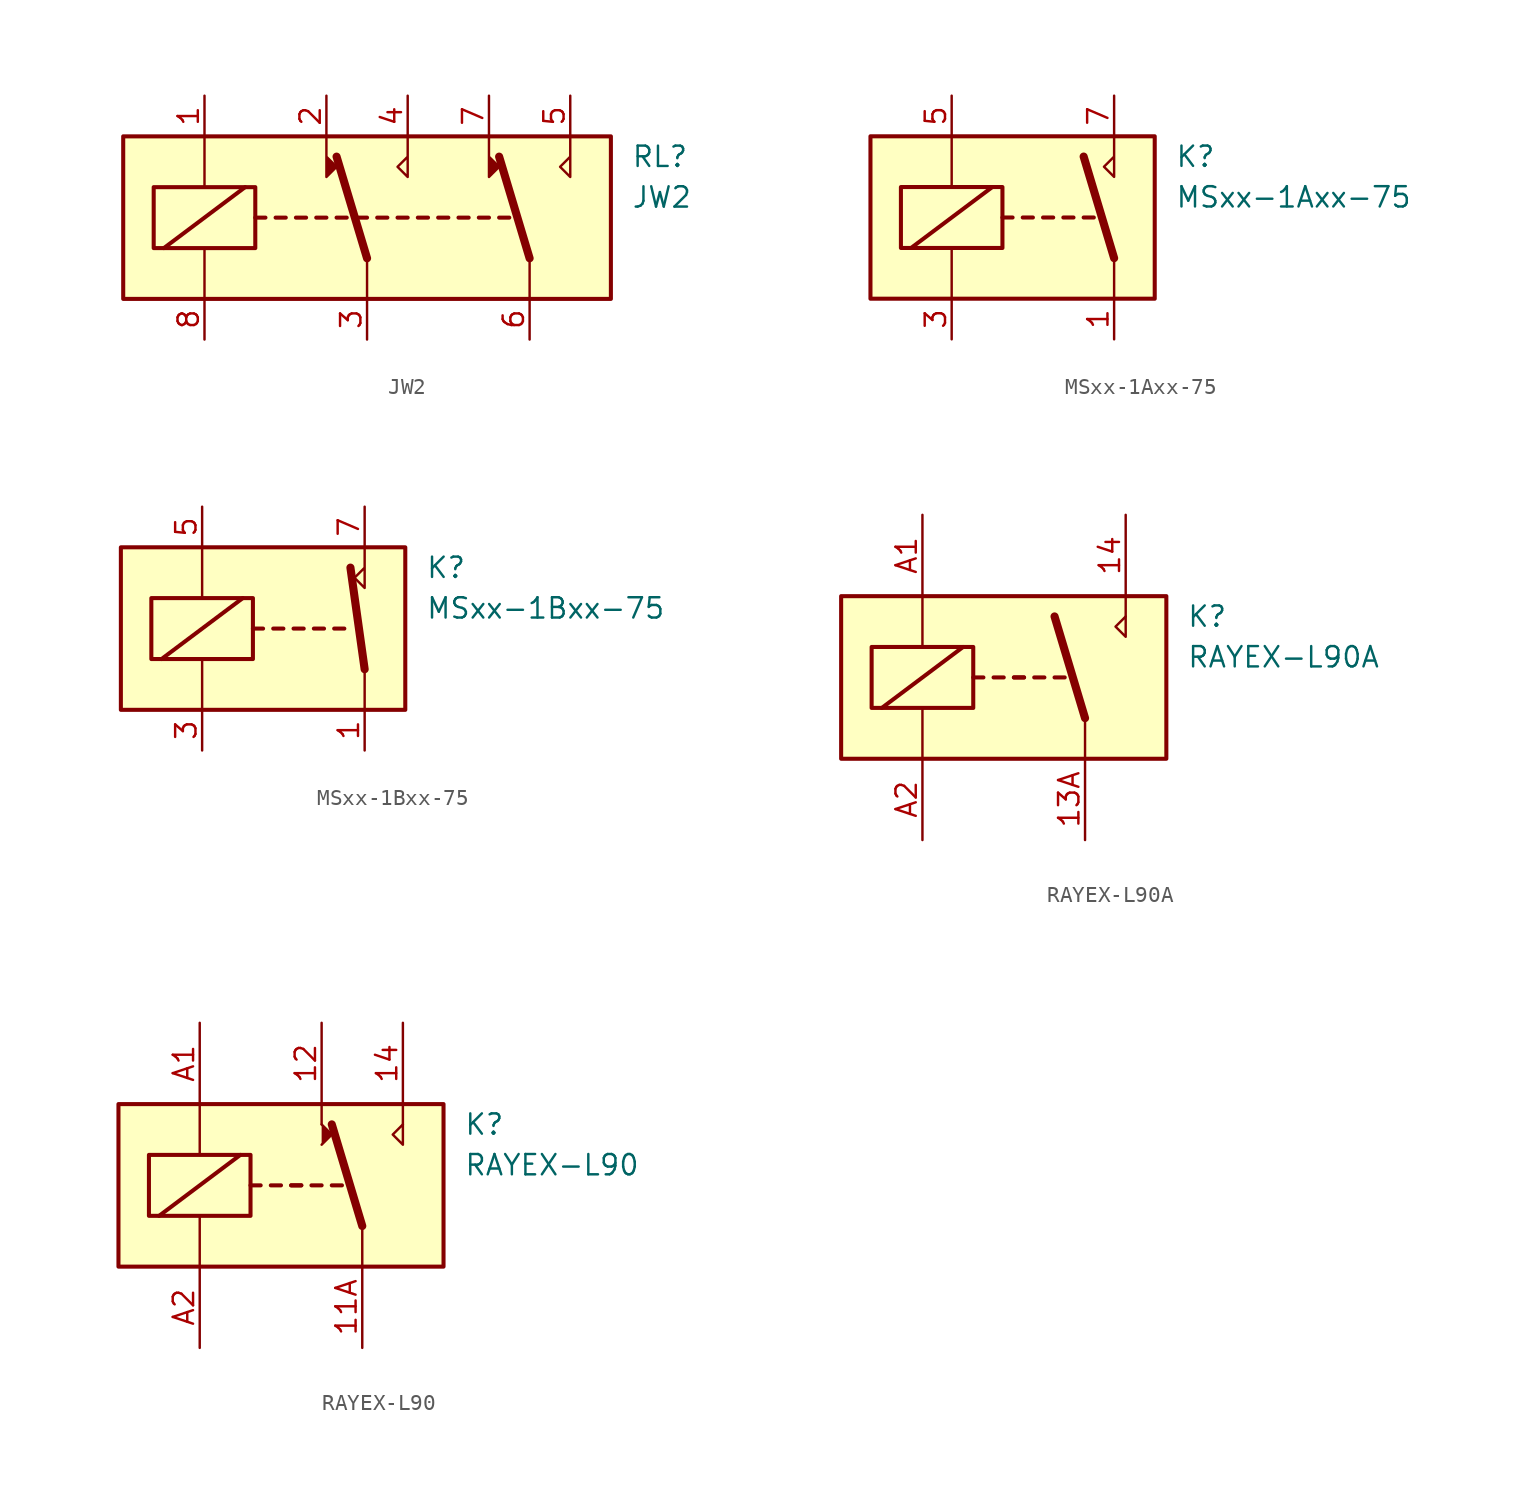
<source format=kicad_sym>
(kicad_symbol_lib
  (version 20241209)
  (generator "kicad_symbol_editor")
  (generator_version "9.0")
  (symbol "JW2"
    (property "Reference" "RL"
      (at 16.51 3.81 0)
      (effects (font (size 1.27 1.27)) (justify left)))
    (property "Value" "JW2"
      (at 16.51 1.27 0)
      (effects (font (size 1.27 1.27)) (justify left)))
    (symbol "JW2_0_1"
      (rectangle (start -15.24 5.08) (end 15.24 -5.08) (stroke (width 0.254) (type default)) (fill (type background)))
      (rectangle (start -13.335 1.905) (end -6.985 -1.905) (stroke (width 0.254) (type default)) (fill (type none)))
      (polyline (pts (xy -12.7 -1.905) (xy -7.62 1.905)) (stroke (width 0.254) (type default)) (fill (type none)))
      (polyline (pts (xy -10.16 5.08) (xy -10.16 1.905)) (stroke (width 0) (type default)) (fill (type none)))
      (polyline (pts (xy -10.16 -5.08) (xy -10.16 -1.905)) (stroke (width 0) (type default)) (fill (type none)))
      (polyline (pts (xy -6.985 0) (xy -6.35 0)) (stroke (width 0.254) (type default)) (fill (type none)))
      (polyline (pts (xy -5.715 0) (xy -5.08 0)) (stroke (width 0.254) (type default)) (fill (type none)))
      (polyline (pts (xy -4.445 0) (xy -3.81 0)) (stroke (width 0.254) (type default)) (fill (type none)))
      (polyline (pts (xy -3.175 0) (xy -2.54 0)) (stroke (width 0.254) (type default)) (fill (type none)))
      (polyline (pts (xy -2.54 5.08) (xy -2.54 2.54) (xy -1.905 3.175) (xy -2.54 3.81)) (stroke (width 0) (type default)) (fill (type outline)))
      (polyline (pts (xy -1.905 0) (xy -1.27 0)) (stroke (width 0.254) (type default)) (fill (type none)))
      (polyline (pts (xy -0.635 0) (xy 0 0)) (stroke (width 0.254) (type default)) (fill (type none)))
      (polyline (pts (xy 0 -2.54) (xy -1.905 3.81)) (stroke (width 0.508) (type default)) (fill (type none)))
      (polyline (pts (xy 0 -2.54) (xy 0 -5.08)) (stroke (width 0) (type default)) (fill (type none)))
      (polyline (pts (xy 0.635 0) (xy 1.27 0)) (stroke (width 0.254) (type default)) (fill (type none)))
      (polyline (pts (xy 1.905 0) (xy 2.54 0)) (stroke (width 0.254) (type default)) (fill (type none)))
      (polyline (pts (xy 2.54 5.08) (xy 2.54 2.54) (xy 1.905 3.175) (xy 2.54 3.81)) (stroke (width 0) (type default)) (fill (type none)))
      (polyline (pts (xy 3.175 0) (xy 3.81 0)) (stroke (width 0.254) (type default)) (fill (type none)))
      (polyline (pts (xy 4.445 0) (xy 5.08 0)) (stroke (width 0.254) (type default)) (fill (type none)))
      (polyline (pts (xy 5.715 0) (xy 6.35 0)) (stroke (width 0.254) (type default)) (fill (type none)))
      (polyline (pts (xy 6.985 0) (xy 7.62 0)) (stroke (width 0.254) (type default)) (fill (type none)))
      (polyline (pts (xy 7.62 5.08) (xy 7.62 2.54) (xy 8.255 3.175) (xy 7.62 3.81)) (stroke (width 0) (type default)) (fill (type outline)))
      (polyline (pts (xy 8.255 0) (xy 8.89 0)) (stroke (width 0.254) (type default)) (fill (type none)))
      (polyline (pts (xy 10.16 -2.54) (xy 8.255 3.81)) (stroke (width 0.508) (type default)) (fill (type none)))
      (polyline (pts (xy 10.16 -2.54) (xy 10.16 -5.08)) (stroke (width 0) (type default)) (fill (type none)))
      (polyline (pts (xy 12.7 5.08) (xy 12.7 2.54) (xy 12.065 3.175) (xy 12.7 3.81)) (stroke (width 0) (type default)) (fill (type none))))
    (symbol "JW2_1_1"
      (pin passive line (at -10.16 7.62 270) (length 2.54) (name "~" (effects (font (size 1.27 1.27)))) (number "1" (effects (font (size 1.27 1.27)))))
      (pin passive line (at -10.16 -7.62 90) (length 2.54) (name "~" (effects (font (size 1.27 1.27)))) (number "8" (effects (font (size 1.27 1.27)))))
      (pin passive line (at -2.54 7.62 270) (length 2.54) (name "~" (effects (font (size 1.27 1.27)))) (number "2" (effects (font (size 1.27 1.27)))))
      (pin passive line (at 0 -7.62 90) (length 2.54) (name "~" (effects (font (size 1.27 1.27)))) (number "3" (effects (font (size 1.27 1.27)))))
      (pin passive line (at 2.54 7.62 270) (length 2.54) (name "~" (effects (font (size 1.27 1.27)))) (number "4" (effects (font (size 1.27 1.27)))))
      (pin passive line (at 7.62 7.62 270) (length 2.54) (name "~" (effects (font (size 1.27 1.27)))) (number "7" (effects (font (size 1.27 1.27)))))
      (pin passive line (at 10.16 -7.62 90) (length 2.54) (name "~" (effects (font (size 1.27 1.27)))) (number "6" (effects (font (size 1.27 1.27)))))
      (pin passive line (at 12.7 7.62 270) (length 2.54) (name "~" (effects (font (size 1.27 1.27)))) (number "5" (effects (font (size 1.27 1.27)))))))
  (symbol "MSxx-1Axx-75"
    (property "Reference" "K"
      (at 8.89 3.81 0)
      (effects (font (size 1.27 1.27)) (justify left)))
    (property "Value" "MSxx-1Axx-75"
      (at 8.89 1.27 0)
      (effects (font (size 1.27 1.27)) (justify left)))
    (symbol "MSxx-1Axx-75_0_0"
      (polyline (pts (xy 5.08 5.08) (xy 5.08 2.54) (xy 4.445 3.175) (xy 5.08 3.81)) (stroke (width 0) (type default)) (fill (type none))))
    (symbol "MSxx-1Axx-75_0_1"
      (rectangle (start -10.16 5.08) (end 7.62 -5.08) (stroke (width 0.254) (type default)) (fill (type background)))
      (rectangle (start -8.255 1.905) (end -1.905 -1.905) (stroke (width 0.254) (type default)) (fill (type none)))
      (polyline (pts (xy -7.62 -1.905) (xy -2.54 1.905)) (stroke (width 0.254) (type default)) (fill (type none)))
      (polyline (pts (xy -5.08 5.08) (xy -5.08 1.905)) (stroke (width 0) (type default)) (fill (type none)))
      (polyline (pts (xy -5.08 -5.08) (xy -5.08 -1.905)) (stroke (width 0) (type default)) (fill (type none)))
      (polyline (pts (xy -1.905 0) (xy -1.27 0)) (stroke (width 0.254) (type default)) (fill (type none)))
      (polyline (pts (xy -0.635 0) (xy 0 0)) (stroke (width 0.254) (type default)) (fill (type none)))
      (polyline (pts (xy 0.635 0) (xy 1.27 0)) (stroke (width 0.254) (type default)) (fill (type none)))
      (polyline (pts (xy 1.905 0) (xy 2.54 0)) (stroke (width 0.254) (type default)) (fill (type none)))
      (polyline (pts (xy 3.175 0) (xy 3.81 0)) (stroke (width 0.254) (type default)) (fill (type none)))
      (polyline (pts (xy 5.08 -2.54) (xy 3.175 3.81)) (stroke (width 0.508) (type default)) (fill (type none)))
      (polyline (pts (xy 5.08 -2.54) (xy 5.08 -5.08)) (stroke (width 0) (type default)) (fill (type none))))
    (symbol "MSxx-1Axx-75_1_1"
      (pin passive line (at -5.08 7.62 270) (length 2.54) (name "~" (effects (font (size 1.27 1.27)))) (number "5" (effects (font (size 1.27 1.27)))))
      (pin passive line (at -5.08 -7.62 90) (length 2.54) (name "~" (effects (font (size 1.27 1.27)))) (number "3" (effects (font (size 1.27 1.27)))))
      (pin passive line (at 5.08 7.62 270) (length 2.54) (name "~" (effects (font (size 1.27 1.27)))) (number "7" (effects (font (size 1.27 1.27)))))
      (pin passive line (at 5.08 -7.62 90) (length 2.54) (name "~" (effects (font (size 1.27 1.27)))) (number "1" (effects (font (size 1.27 1.27)))))))
  (symbol "MSxx-1Bxx-75"
    (property "Reference" "K"
      (at 8.89 3.81 0)
      (effects (font (size 1.27 1.27)) (justify left)))
    (property "Value" "MSxx-1Bxx-75"
      (at 8.89 1.27 0)
      (effects (font (size 1.27 1.27)) (justify left)))
    (symbol "MSxx-1Bxx-75_0_0"
      (polyline (pts (xy 5.08 5.08) (xy 5.08 2.54) (xy 4.445 3.175) (xy 5.08 3.81)) (stroke (width 0) (type default)) (fill (type none))))
    (symbol "MSxx-1Bxx-75_0_1"
      (rectangle (start -10.16 5.08) (end 7.62 -5.08) (stroke (width 0.254) (type default)) (fill (type background)))
      (rectangle (start -8.255 1.905) (end -1.905 -1.905) (stroke (width 0.254) (type default)) (fill (type none)))
      (polyline (pts (xy -7.62 -1.905) (xy -2.54 1.905)) (stroke (width 0.254) (type default)) (fill (type none)))
      (polyline (pts (xy -5.08 5.08) (xy -5.08 1.905)) (stroke (width 0) (type default)) (fill (type none)))
      (polyline (pts (xy -5.08 -5.08) (xy -5.08 -1.905)) (stroke (width 0) (type default)) (fill (type none)))
      (polyline (pts (xy -1.905 0) (xy -1.27 0)) (stroke (width 0.254) (type default)) (fill (type none)))
      (polyline (pts (xy -0.635 0) (xy 0 0)) (stroke (width 0.254) (type default)) (fill (type none)))
      (polyline (pts (xy 0.635 0) (xy 1.27 0)) (stroke (width 0.254) (type default)) (fill (type none)))
      (polyline (pts (xy 1.905 0) (xy 2.54 0)) (stroke (width 0.254) (type default)) (fill (type none)))
      (polyline (pts (xy 3.175 0) (xy 3.81 0)) (stroke (width 0.254) (type default)) (fill (type none)))
      (polyline (pts (xy 5.08 -2.54) (xy 4.191 3.81)) (stroke (width 0.508) (type default)) (fill (type none)))
      (polyline (pts (xy 5.08 -2.54) (xy 5.08 -5.08)) (stroke (width 0) (type default)) (fill (type none))))
    (symbol "MSxx-1Bxx-75_1_1"
      (pin passive line (at -5.08 7.62 270) (length 2.54) (name "~" (effects (font (size 1.27 1.27)))) (number "5" (effects (font (size 1.27 1.27)))))
      (pin passive line (at -5.08 -7.62 90) (length 2.54) (name "~" (effects (font (size 1.27 1.27)))) (number "3" (effects (font (size 1.27 1.27)))))
      (pin passive line (at 5.08 7.62 270) (length 2.54) (name "~" (effects (font (size 1.27 1.27)))) (number "7" (effects (font (size 1.27 1.27)))))
      (pin passive line (at 5.08 -7.62 90) (length 2.54) (name "~" (effects (font (size 1.27 1.27)))) (number "1" (effects (font (size 1.27 1.27)))))))
  (symbol "RAYEX-L90A"
    (property "Reference" "K"
      (at 11.43 3.81 0)
      (effects (font (size 1.27 1.27)) (justify left)))
    (property "Value" "RAYEX-L90A"
      (at 11.43 1.27 0)
      (effects (font (size 1.27 1.27)) (justify left)))
    (symbol "RAYEX-L90A_1_0"
      (polyline (pts (xy 7.62 3.81) (xy 7.62 5.08)) (stroke (width 0) (type default)) (fill (type none)))
      (polyline (pts (xy 7.62 3.81) (xy 7.62 2.54) (xy 6.985 3.175) (xy 7.62 3.81)) (stroke (width 0) (type default)) (fill (type none))))
    (symbol "RAYEX-L90A_1_1"
      (rectangle (start -10.16 5.08) (end 10.16 -5.08) (stroke (width 0.254) (type default)) (fill (type background)))
      (rectangle (start -8.255 1.905) (end -1.905 -1.905) (stroke (width 0.254) (type default)) (fill (type none)))
      (polyline (pts (xy -7.62 -1.905) (xy -2.54 1.905)) (stroke (width 0.254) (type default)) (fill (type none)))
      (polyline (pts (xy -5.08 5.08) (xy -5.08 1.905)) (stroke (width 0) (type default)) (fill (type none)))
      (polyline (pts (xy -5.08 -5.08) (xy -5.08 -1.905)) (stroke (width 0) (type default)) (fill (type none)))
      (polyline (pts (xy -1.905 0) (xy -1.27 0)) (stroke (width 0.254) (type default)) (fill (type none)))
      (polyline (pts (xy -0.635 0) (xy 0 0)) (stroke (width 0.254) (type default)) (fill (type none)))
      (polyline (pts (xy 0.635 0) (xy 1.27 0)) (stroke (width 0.254) (type default)) (fill (type none)))
      (polyline (pts (xy 0.635 0) (xy 1.27 0)) (stroke (width 0.254) (type default)) (fill (type none)))
      (polyline (pts (xy 1.905 0) (xy 2.54 0)) (stroke (width 0.254) (type default)) (fill (type none)))
      (polyline (pts (xy 3.175 0) (xy 3.81 0)) (stroke (width 0.254) (type default)) (fill (type none)))
      (polyline (pts (xy 5.08 -2.54) (xy 3.175 3.81)) (stroke (width 0.508) (type default)) (fill (type none)))
      (polyline (pts (xy 5.08 -2.54) (xy 5.08 -5.08)) (stroke (width 0) (type default)) (fill (type none)))
      (pin passive line (at -5.08 10.16 270) (length 5.08) (name "~" (effects (font (size 1.27 1.27)))) (number "A1" (effects (font (size 1.27 1.27)))))
      (pin passive line (at -5.08 -10.16 90) (length 5.08) (name "~" (effects (font (size 1.27 1.27)))) (number "A2" (effects (font (size 1.27 1.27)))))
      (pin passive line (at 5.08 -10.16 90) (length 5.08) (name "~" (effects (font (size 1.27 1.27)))) (number "13A" (effects (font (size 1.27 1.27)))))
      (pin passive line (at 5.08 -10.16 90) (length 5.08) (hide yes) (name "~" (effects (font (size 1.27 1.27)))) (number "13B" (effects (font (size 1.27 1.27)))))
      (pin passive line (at 7.62 10.16 270) (length 5.08) (name "~" (effects (font (size 1.27 1.27)))) (number "14" (effects (font (size 1.27 1.27)))))))
  (symbol "RAYEX-L90"
    (property "Reference" "K"
      (at 11.43 3.81 0)
      (effects (font (size 1.27 1.27)) (justify left)))
    (property "Value" "RAYEX-L90"
      (at 11.43 1.27 0)
      (effects (font (size 1.27 1.27)) (justify left)))
    (symbol "RAYEX-L90_1_0"
      (polyline (pts (xy 2.54 3.81) (xy 2.54 5.08)) (stroke (width 0) (type default)) (fill (type none)))
      (polyline (pts (xy 7.62 3.81) (xy 7.62 5.08)) (stroke (width 0) (type default)) (fill (type none)))
      (polyline (pts (xy 7.62 3.81) (xy 7.62 2.54) (xy 6.985 3.175) (xy 7.62 3.81)) (stroke (width 0) (type default)) (fill (type none))))
    (symbol "RAYEX-L90_1_1"
      (rectangle (start -10.16 5.08) (end 10.16 -5.08) (stroke (width 0.254) (type default)) (fill (type background)))
      (rectangle (start -8.255 1.905) (end -1.905 -1.905) (stroke (width 0.254) (type default)) (fill (type none)))
      (polyline (pts (xy -7.62 -1.905) (xy -2.54 1.905)) (stroke (width 0.254) (type default)) (fill (type none)))
      (polyline (pts (xy -5.08 5.08) (xy -5.08 1.905)) (stroke (width 0) (type default)) (fill (type none)))
      (polyline (pts (xy -5.08 -5.08) (xy -5.08 -1.905)) (stroke (width 0) (type default)) (fill (type none)))
      (polyline (pts (xy -1.905 0) (xy -1.27 0)) (stroke (width 0.254) (type default)) (fill (type none)))
      (polyline (pts (xy -0.635 0) (xy 0 0)) (stroke (width 0.254) (type default)) (fill (type none)))
      (polyline (pts (xy 0.635 0) (xy 1.27 0)) (stroke (width 0.254) (type default)) (fill (type none)))
      (polyline (pts (xy 0.635 0) (xy 1.27 0)) (stroke (width 0.254) (type default)) (fill (type none)))
      (polyline (pts (xy 1.905 0) (xy 2.54 0)) (stroke (width 0.254) (type default)) (fill (type none)))
      (polyline (pts (xy 2.54 2.54) (xy 3.175 3.175) (xy 2.54 3.81)) (stroke (width 0) (type default)) (fill (type outline)))
      (polyline (pts (xy 3.175 0) (xy 3.81 0)) (stroke (width 0.254) (type default)) (fill (type none)))
      (polyline (pts (xy 5.08 -2.54) (xy 3.175 3.81)) (stroke (width 0.508) (type default)) (fill (type none)))
      (polyline (pts (xy 5.08 -2.54) (xy 5.08 -5.08)) (stroke (width 0) (type default)) (fill (type none)))
      (pin passive line (at -5.08 10.16 270) (length 5.08) (name "~" (effects (font (size 1.27 1.27)))) (number "A1" (effects (font (size 1.27 1.27)))))
      (pin passive line (at -5.08 -10.16 90) (length 5.08) (name "~" (effects (font (size 1.27 1.27)))) (number "A2" (effects (font (size 1.27 1.27)))))
      (pin passive line (at 2.54 10.16 270) (length 5.08) (name "~" (effects (font (size 1.27 1.27)))) (number "12" (effects (font (size 1.27 1.27)))))
      (pin passive line (at 5.08 -10.16 90) (length 5.08) (name "~" (effects (font (size 1.27 1.27)))) (number "11A" (effects (font (size 1.27 1.27)))))
      (pin passive line (at 5.08 -10.16 90) (length 5.08) (hide yes) (name "~" (effects (font (size 1.27 1.27)))) (number "11B" (effects (font (size 1.27 1.27)))))
      (pin passive line (at 7.62 10.16 270) (length 5.08) (name "~" (effects (font (size 1.27 1.27)))) (number "14" (effects (font (size 1.27 1.27))))))))
</source>
